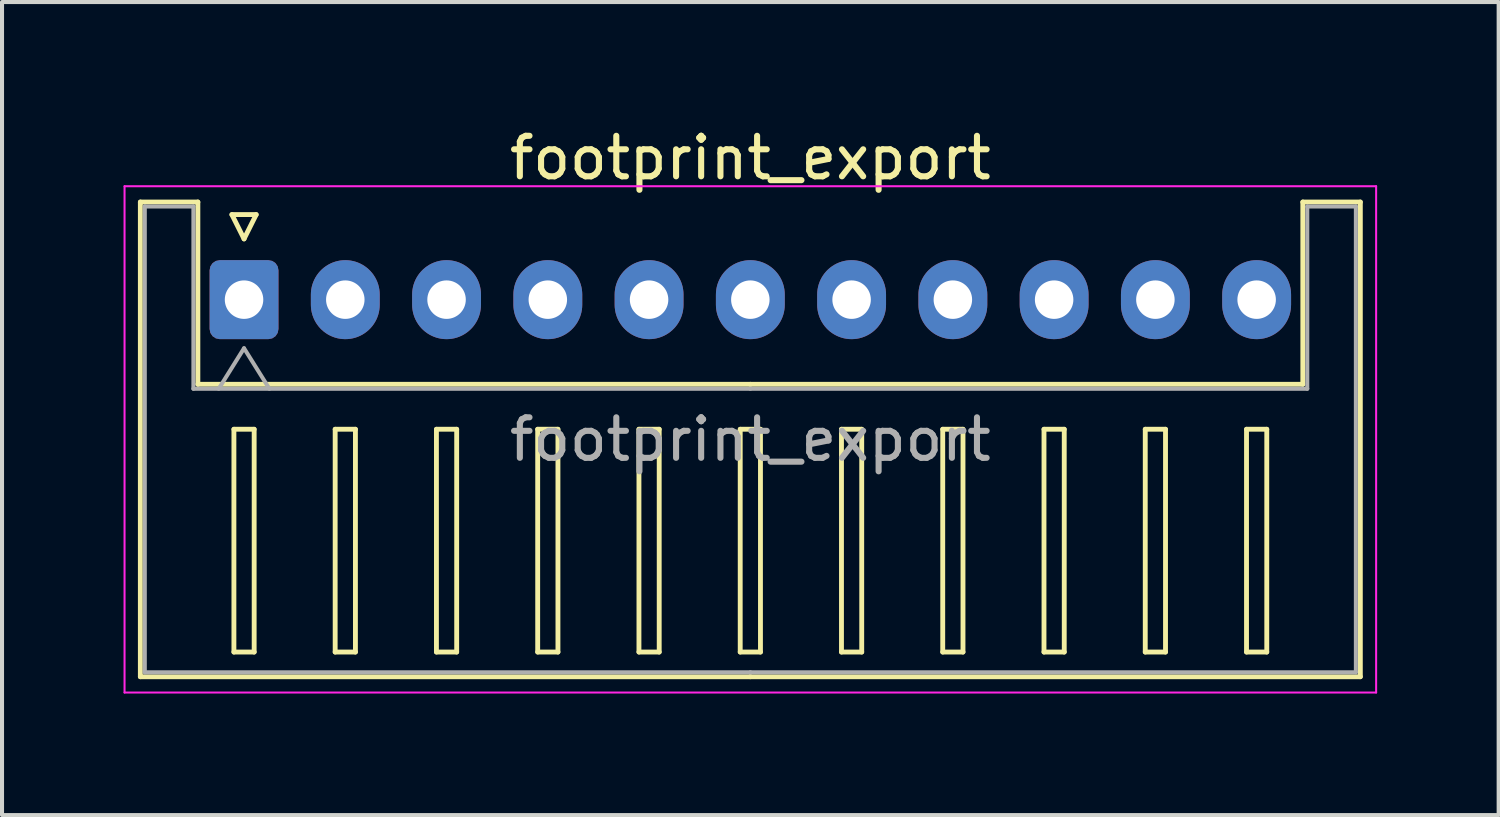
<source format=kicad_pcb>
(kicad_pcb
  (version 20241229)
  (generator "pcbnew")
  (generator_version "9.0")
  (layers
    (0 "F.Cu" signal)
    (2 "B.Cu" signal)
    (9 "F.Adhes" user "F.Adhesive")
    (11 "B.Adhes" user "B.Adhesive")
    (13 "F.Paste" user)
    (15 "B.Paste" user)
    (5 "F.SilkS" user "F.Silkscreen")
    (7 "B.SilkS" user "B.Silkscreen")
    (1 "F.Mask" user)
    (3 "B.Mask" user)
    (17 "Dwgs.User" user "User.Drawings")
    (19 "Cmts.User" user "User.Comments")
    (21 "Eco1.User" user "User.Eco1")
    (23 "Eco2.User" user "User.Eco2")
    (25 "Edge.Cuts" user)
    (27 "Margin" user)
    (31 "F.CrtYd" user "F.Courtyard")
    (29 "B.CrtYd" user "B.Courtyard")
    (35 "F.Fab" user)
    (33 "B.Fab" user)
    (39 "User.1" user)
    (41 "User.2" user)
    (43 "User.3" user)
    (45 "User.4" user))
  (footprint "footprint_export"
    (layer "F.Cu")
    (at 2.975 4.348)
    (property "Reference" "footprint_export" (at 12.5 -3.5 0) (layer "F.SilkS") (effects (font (size 1 1) (thickness 0.15))))
    (attr through_hole)
    (fp_line (start -2.56 -2.41) (end -1.14 -2.41) (stroke (width 0.12) (type solid)) (layer "F.SilkS"))
    (fp_line (start -2.56 9.31) (end -2.56 -2.41) (stroke (width 0.12) (type solid)) (layer "F.SilkS"))
    (fp_line (start -1.14 -2.41) (end -1.14 2.09) (stroke (width 0.12) (type solid)) (layer "F.SilkS"))
    (fp_line (start -1.14 2.09) (end 12.5 2.09) (stroke (width 0.12) (type solid)) (layer "F.SilkS"))
    (fp_line (start -0.3 -2.1) (end 0.3 -2.1) (stroke (width 0.12) (type solid)) (layer "F.SilkS"))
    (fp_line (start -0.25 3.2) (end -0.25 8.7) (stroke (width 0.12) (type solid)) (layer "F.SilkS"))
    (fp_line (start -0.25 8.7) (end 0.25 8.7) (stroke (width 0.12) (type solid)) (layer "F.SilkS"))
    (fp_line (start 0 -1.5) (end -0.3 -2.1) (stroke (width 0.12) (type solid)) (layer "F.SilkS"))
    (fp_line (start 0.25 3.2) (end -0.25 3.2) (stroke (width 0.12) (type solid)) (layer "F.SilkS"))
    (fp_line (start 0.25 8.7) (end 0.25 3.2) (stroke (width 0.12) (type solid)) (layer "F.SilkS"))
    (fp_line (start 0.3 -2.1) (end 0 -1.5) (stroke (width 0.12) (type solid)) (layer "F.SilkS"))
    (fp_line (start 2.25 3.2) (end 2.25 8.7) (stroke (width 0.12) (type solid)) (layer "F.SilkS"))
    (fp_line (start 2.25 8.7) (end 2.75 8.7) (stroke (width 0.12) (type solid)) (layer "F.SilkS"))
    (fp_line (start 2.75 3.2) (end 2.25 3.2) (stroke (width 0.12) (type solid)) (layer "F.SilkS"))
    (fp_line (start 2.75 8.7) (end 2.75 3.2) (stroke (width 0.12) (type solid)) (layer "F.SilkS"))
    (fp_line (start 4.75 3.2) (end 4.75 8.7) (stroke (width 0.12) (type solid)) (layer "F.SilkS"))
    (fp_line (start 4.75 8.7) (end 5.25 8.7) (stroke (width 0.12) (type solid)) (layer "F.SilkS"))
    (fp_line (start 5.25 3.2) (end 4.75 3.2) (stroke (width 0.12) (type solid)) (layer "F.SilkS"))
    (fp_line (start 5.25 8.7) (end 5.25 3.2) (stroke (width 0.12) (type solid)) (layer "F.SilkS"))
    (fp_line (start 7.25 3.2) (end 7.25 8.7) (stroke (width 0.12) (type solid)) (layer "F.SilkS"))
    (fp_line (start 7.25 8.7) (end 7.75 8.7) (stroke (width 0.12) (type solid)) (layer "F.SilkS"))
    (fp_line (start 7.75 3.2) (end 7.25 3.2) (stroke (width 0.12) (type solid)) (layer "F.SilkS"))
    (fp_line (start 7.75 8.7) (end 7.75 3.2) (stroke (width 0.12) (type solid)) (layer "F.SilkS"))
    (fp_line (start 9.75 3.2) (end 9.75 8.7) (stroke (width 0.12) (type solid)) (layer "F.SilkS"))
    (fp_line (start 9.75 8.7) (end 10.25 8.7) (stroke (width 0.12) (type solid)) (layer "F.SilkS"))
    (fp_line (start 10.25 3.2) (end 9.75 3.2) (stroke (width 0.12) (type solid)) (layer "F.SilkS"))
    (fp_line (start 10.25 8.7) (end 10.25 3.2) (stroke (width 0.12) (type solid)) (layer "F.SilkS"))
    (fp_line (start 12.25 3.2) (end 12.25 8.7) (stroke (width 0.12) (type solid)) (layer "F.SilkS"))
    (fp_line (start 12.25 8.7) (end 12.75 8.7) (stroke (width 0.12) (type solid)) (layer "F.SilkS"))
    (fp_line (start 12.5 9.31) (end -2.56 9.31) (stroke (width 0.12) (type solid)) (layer "F.SilkS"))
    (fp_line (start 12.5 9.31) (end 27.56 9.31) (stroke (width 0.12) (type solid)) (layer "F.SilkS"))
    (fp_line (start 12.75 3.2) (end 12.25 3.2) (stroke (width 0.12) (type solid)) (layer "F.SilkS"))
    (fp_line (start 12.75 8.7) (end 12.75 3.2) (stroke (width 0.12) (type solid)) (layer "F.SilkS"))
    (fp_line (start 14.75 3.2) (end 14.75 8.7) (stroke (width 0.12) (type solid)) (layer "F.SilkS"))
    (fp_line (start 14.75 8.7) (end 15.25 8.7) (stroke (width 0.12) (type solid)) (layer "F.SilkS"))
    (fp_line (start 15.25 3.2) (end 14.75 3.2) (stroke (width 0.12) (type solid)) (layer "F.SilkS"))
    (fp_line (start 15.25 8.7) (end 15.25 3.2) (stroke (width 0.12) (type solid)) (layer "F.SilkS"))
    (fp_line (start 17.25 3.2) (end 17.25 8.7) (stroke (width 0.12) (type solid)) (layer "F.SilkS"))
    (fp_line (start 17.25 8.7) (end 17.75 8.7) (stroke (width 0.12) (type solid)) (layer "F.SilkS"))
    (fp_line (start 17.75 3.2) (end 17.25 3.2) (stroke (width 0.12) (type solid)) (layer "F.SilkS"))
    (fp_line (start 17.75 8.7) (end 17.75 3.2) (stroke (width 0.12) (type solid)) (layer "F.SilkS"))
    (fp_line (start 19.75 3.2) (end 19.75 8.7) (stroke (width 0.12) (type solid)) (layer "F.SilkS"))
    (fp_line (start 19.75 8.7) (end 20.25 8.7) (stroke (width 0.12) (type solid)) (layer "F.SilkS"))
    (fp_line (start 20.25 3.2) (end 19.75 3.2) (stroke (width 0.12) (type solid)) (layer "F.SilkS"))
    (fp_line (start 20.25 8.7) (end 20.25 3.2) (stroke (width 0.12) (type solid)) (layer "F.SilkS"))
    (fp_line (start 22.25 3.2) (end 22.25 8.7) (stroke (width 0.12) (type solid)) (layer "F.SilkS"))
    (fp_line (start 22.25 8.7) (end 22.75 8.7) (stroke (width 0.12) (type solid)) (layer "F.SilkS"))
    (fp_line (start 22.75 3.2) (end 22.25 3.2) (stroke (width 0.12) (type solid)) (layer "F.SilkS"))
    (fp_line (start 22.75 8.7) (end 22.75 3.2) (stroke (width 0.12) (type solid)) (layer "F.SilkS"))
    (fp_line (start 24.75 3.2) (end 24.75 8.7) (stroke (width 0.12) (type solid)) (layer "F.SilkS"))
    (fp_line (start 24.75 8.7) (end 25.25 8.7) (stroke (width 0.12) (type solid)) (layer "F.SilkS"))
    (fp_line (start 25.25 3.2) (end 24.75 3.2) (stroke (width 0.12) (type solid)) (layer "F.SilkS"))
    (fp_line (start 25.25 8.7) (end 25.25 3.2) (stroke (width 0.12) (type solid)) (layer "F.SilkS"))
    (fp_line (start 26.14 -2.41) (end 26.14 2.09) (stroke (width 0.12) (type solid)) (layer "F.SilkS"))
    (fp_line (start 26.14 2.09) (end 12.5 2.09) (stroke (width 0.12) (type solid)) (layer "F.SilkS"))
    (fp_line (start 27.56 -2.41) (end 26.14 -2.41) (stroke (width 0.12) (type solid)) (layer "F.SilkS"))
    (fp_line (start 27.56 9.31) (end 27.56 -2.41) (stroke (width 0.12) (type solid)) (layer "F.SilkS"))
    (fp_line (start -2.95 -2.8) (end -2.95 9.7) (stroke (width 0.05) (type solid)) (layer "F.CrtYd"))
    (fp_line (start -2.95 9.7) (end 27.95 9.7) (stroke (width 0.05) (type solid)) (layer "F.CrtYd"))
    (fp_line (start 27.95 -2.8) (end -2.95 -2.8) (stroke (width 0.05) (type solid)) (layer "F.CrtYd"))
    (fp_line (start 27.95 9.7) (end 27.95 -2.8) (stroke (width 0.05) (type solid)) (layer "F.CrtYd"))
    (fp_line (start -2.45 -2.3) (end -1.25 -2.3) (stroke (width 0.1) (type solid)) (layer "F.Fab"))
    (fp_line (start -2.45 9.2) (end -2.45 -2.3) (stroke (width 0.1) (type solid)) (layer "F.Fab"))
    (fp_line (start -1.25 -2.3) (end -1.25 2.2) (stroke (width 0.1) (type solid)) (layer "F.Fab"))
    (fp_line (start -1.25 2.2) (end 12.5 2.2) (stroke (width 0.1) (type solid)) (layer "F.Fab"))
    (fp_line (start -0.625 2.2) (end 0 1.2) (stroke (width 0.1) (type solid)) (layer "F.Fab"))
    (fp_line (start 0 1.2) (end 0.625 2.2) (stroke (width 0.1) (type solid)) (layer "F.Fab"))
    (fp_line (start 12.5 9.2) (end -2.45 9.2) (stroke (width 0.1) (type solid)) (layer "F.Fab"))
    (fp_line (start 12.5 9.2) (end 27.45 9.2) (stroke (width 0.1) (type solid)) (layer "F.Fab"))
    (fp_line (start 26.25 -2.3) (end 26.25 2.2) (stroke (width 0.1) (type solid)) (layer "F.Fab"))
    (fp_line (start 26.25 2.2) (end 12.5 2.2) (stroke (width 0.1) (type solid)) (layer "F.Fab"))
    (fp_line (start 27.45 -2.3) (end 26.25 -2.3) (stroke (width 0.1) (type solid)) (layer "F.Fab"))
    (fp_line (start 27.45 9.2) (end 27.45 -2.3) (stroke (width 0.1) (type solid)) (layer "F.Fab"))
    (fp_text user "${REFERENCE}" (at 12.5 3.45 0) (layer "F.Fab") (effects (font (size 1 1) (thickness 0.15))))
    (pad "1" thru_hole roundrect (at 0 0) (size 1.7 1.95) (drill 0.95) (layers "*.Cu" "*.Mask") (roundrect_rratio 0.147))
    (pad "2" thru_hole oval (at 2.5 0) (size 1.7 1.95) (drill 0.95) (layers "*.Cu" "*.Mask"))
    (pad "3" thru_hole oval (at 5 0) (size 1.7 1.95) (drill 0.95) (layers "*.Cu" "*.Mask"))
    (pad "4" thru_hole oval (at 7.5 0) (size 1.7 1.95) (drill 0.95) (layers "*.Cu" "*.Mask"))
    (pad "5" thru_hole oval (at 10 0) (size 1.7 1.95) (drill 0.95) (layers "*.Cu" "*.Mask"))
    (pad "6" thru_hole oval (at 12.5 0) (size 1.7 1.95) (drill 0.95) (layers "*.Cu" "*.Mask"))
    (pad "7" thru_hole oval (at 15 0) (size 1.7 1.95) (drill 0.95) (layers "*.Cu" "*.Mask"))
    (pad "8" thru_hole oval (at 17.5 0) (size 1.7 1.95) (drill 0.95) (layers "*.Cu" "*.Mask"))
    (pad "9" thru_hole oval (at 20 0) (size 1.7 1.95) (drill 0.95) (layers "*.Cu" "*.Mask"))
    (pad "10" thru_hole oval (at 22.5 0) (size 1.7 1.95) (drill 0.95) (layers "*.Cu" "*.Mask"))
    (pad "11" thru_hole oval (at 25 0) (size 1.7 1.95) (drill 0.95) (layers "*.Cu" "*.Mask")))
  (gr_rect
    (start -3 -3)
    (end 33.95 17.073)
    (stroke (width 0.1) (type default))
    (fill no)
    (layer "Edge.Cuts")))
</source>
